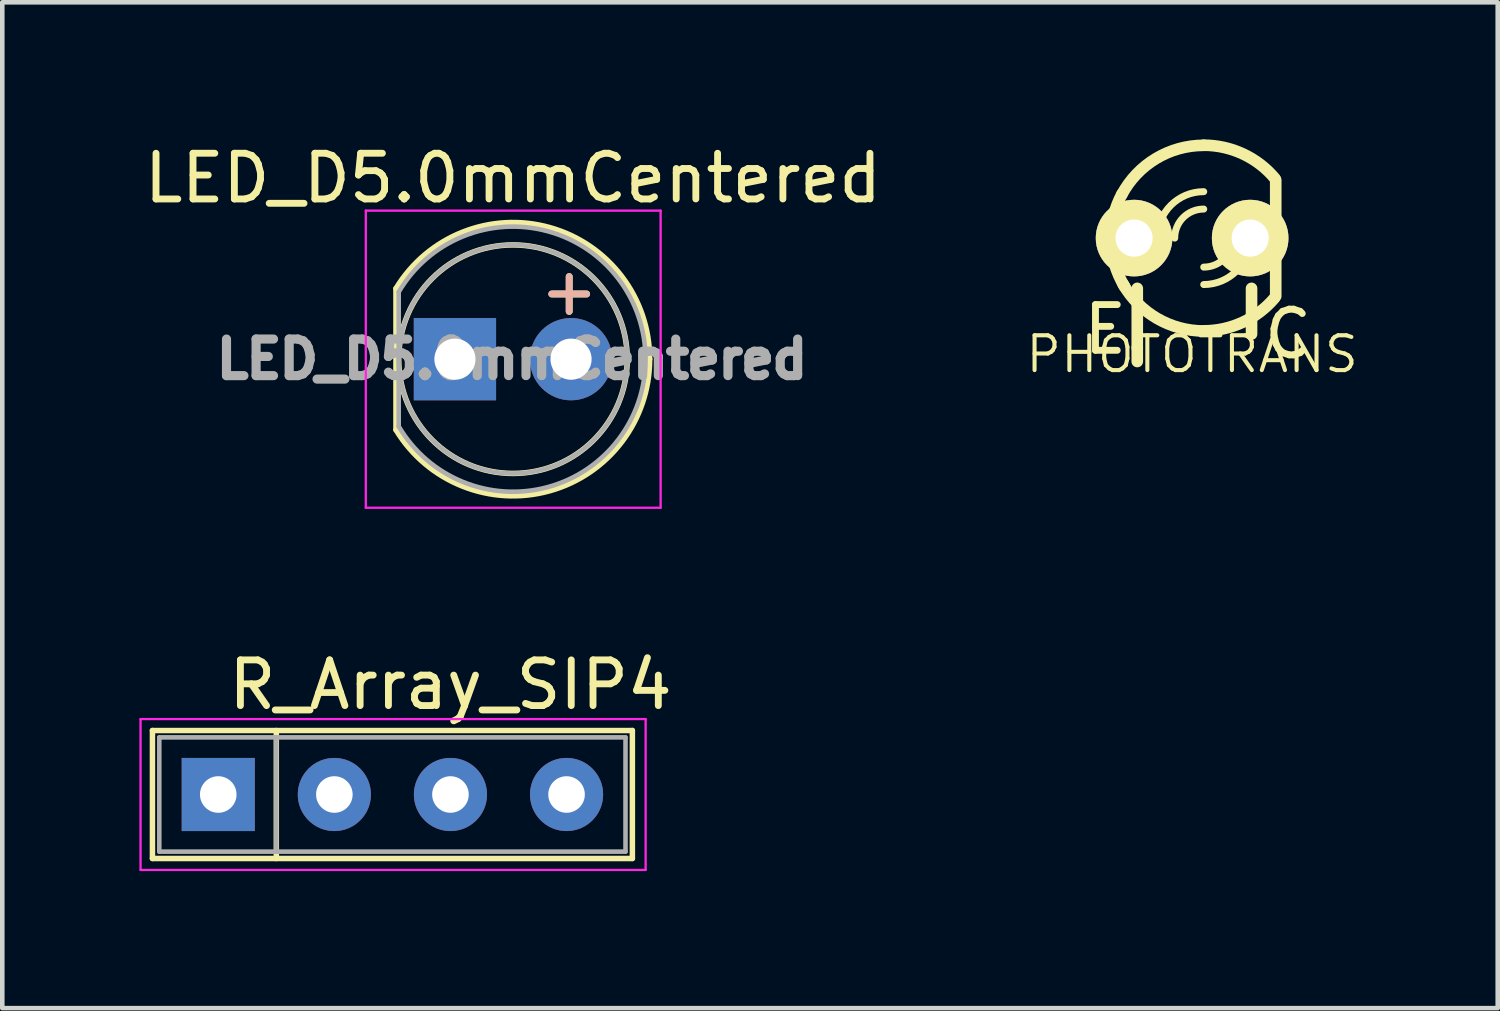
<source format=kicad_pcb>
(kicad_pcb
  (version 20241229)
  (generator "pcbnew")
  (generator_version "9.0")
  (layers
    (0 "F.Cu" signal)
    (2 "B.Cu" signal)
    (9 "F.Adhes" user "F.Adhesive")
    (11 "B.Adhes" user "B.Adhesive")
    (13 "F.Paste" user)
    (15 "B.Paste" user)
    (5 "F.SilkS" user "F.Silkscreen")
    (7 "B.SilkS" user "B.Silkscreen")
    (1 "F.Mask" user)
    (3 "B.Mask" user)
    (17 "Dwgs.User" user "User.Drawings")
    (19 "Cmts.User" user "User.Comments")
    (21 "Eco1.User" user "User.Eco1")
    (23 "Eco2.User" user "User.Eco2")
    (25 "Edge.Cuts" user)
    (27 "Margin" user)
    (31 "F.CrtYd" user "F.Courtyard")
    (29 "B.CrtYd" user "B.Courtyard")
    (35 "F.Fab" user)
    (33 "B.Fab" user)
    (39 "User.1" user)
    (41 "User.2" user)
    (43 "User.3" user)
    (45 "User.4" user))
  (footprint "LED_D5.0mmCentered"
    (layer "F.Cu")
    (at 6.903 4.808)
    (property "Reference" "LED_D5.0mmCentered" (at 1.27 -3.96 0) (layer "F.SilkS") (effects (font (size 1 1) (thickness 0.15))))
    (attr through_hole)
    (fp_line (start -1.29 -1.545) (end -1.29 1.545) (stroke (width 0.12) (type solid)) (layer "F.SilkS"))
    (fp_arc (start -1.29 -1.54483) (mid 2.072002 -2.880433) (end 4.26 0.000462) (stroke (width 0.12) (type solid)) (layer "F.SilkS"))
    (fp_arc (start 4.26 -0.000462) (mid 2.072002 2.880433) (end -1.29 1.54483) (stroke (width 0.12) (type solid)) (layer "F.SilkS"))
    (fp_circle (center 1.27 0) (end 3.77 0) (stroke (width 0.12) (type solid)) (fill no) (layer "F.SilkS"))
    (fp_line (start -1.95 -3.25) (end -1.95 3.25) (stroke (width 0.05) (type solid)) (layer "F.CrtYd"))
    (fp_line (start -1.95 3.25) (end 4.5 3.25) (stroke (width 0.05) (type solid)) (layer "F.CrtYd"))
    (fp_line (start 4.5 -3.25) (end -1.95 -3.25) (stroke (width 0.05) (type solid)) (layer "F.CrtYd"))
    (fp_line (start 4.5 3.25) (end 4.5 -3.25) (stroke (width 0.05) (type solid)) (layer "F.CrtYd"))
    (fp_line (start -1.23 -1.47) (end -1.23 1.47) (stroke (width 0.1) (type solid)) (layer "F.Fab"))
    (fp_arc (start -1.23 -1.469694) (mid 4.17 0.000016) (end -1.230016 1.469666) (stroke (width 0.1) (type solid)) (layer "F.Fab"))
    (fp_circle (center 1.27 0) (end 3.77 0) (stroke (width 0.1) (type solid)) (fill no) (layer "F.Fab"))
    (fp_text user "+" (at 2.5 -1.5 0) (layer "F.SilkS") (effects (font (size 1 1) (thickness 0.15))))
    (fp_text user "+" (at 2.5 -1.5 0) (layer "B.SilkS") (effects (font (size 1 1) (thickness 0.15)) (justify mirror)))
    (fp_text user "${REFERENCE}" (at 1.25 0 0) (layer "F.Fab") (effects (font (size 0.8 0.8) (thickness 0.2))))
    (pad "1" thru_hole rect (at 0 0) (size 1.8 1.8) (drill 0.9) (layers "*.Cu" "*.Mask"))
    (pad "2" thru_hole circle (at 2.54 0) (size 1.8 1.8) (drill 0.9) (layers "*.Cu" "*.Mask")))
  (footprint "PHOTOTRANS"
    (layer "F.Cu")
    (at 23.031 2.159)
    (property "Reference" "PHOTOTRANS" (at 0 2.54 180) (layer "F.SilkS") (effects (font (size 0.762 0.762) (thickness 0.089))))
    (attr through_hole)
    (fp_line (start -1.2 1.1) (end -1.2 2.4) (stroke (width 0.254) (type solid)) (layer "F.SilkS"))
    (fp_line (start -1.2 2.4) (end -1.2 2.7) (stroke (width 0.254) (type solid)) (layer "F.SilkS"))
    (fp_line (start 1.3 1.1) (end 1.3 2.1) (stroke (width 0.254) (type solid)) (layer "F.SilkS"))
    (fp_line (start 1.829 1.27) (end 1.829 -1.27) (stroke (width 0.254) (type solid)) (layer "F.SilkS"))
    (fp_arc (start -1.778 0) (mid -1.716347 -0.496745) (end -1.53513 -0.963347) (stroke (width 0.254) (type solid)) (layer "F.SilkS"))
    (fp_arc (start -1.5367 -0.95504) (mid -0.790567 -1.739997) (end 0.253025 -2.02946) (stroke (width 0.254) (type solid)) (layer "F.SilkS"))
    (fp_arc (start -1.47574 1.06426) (mid -1.700164 0.553076) (end -1.776923 0.0001) (stroke (width 0.254) (type solid)) (layer "F.SilkS"))
    (fp_arc (start -0.762 0) (mid -0.46442 -0.71842) (end 0.254 -1.016) (stroke (width 0.1524) (type solid)) (layer "F.SilkS"))
    (fp_arc (start -0.381 0) (mid -0.195013 -0.449013) (end 0.254 -0.635) (stroke (width 0.1524) (type solid)) (layer "F.SilkS"))
    (fp_arc (start 0.254 -2.032) (mid 1.114367 -1.840867) (end 1.81288 -1.303426) (stroke (width 0.254) (type solid)) (layer "F.SilkS"))
    (fp_arc (start 0.254 2.032) (mid -0.76507 1.757988) (end -1.509299 1.009851) (stroke (width 0.254) (type solid)) (layer "F.SilkS"))
    (fp_arc (start 0.889 0) (mid 0.703013 0.449013) (end 0.254 0.635) (stroke (width 0.1524) (type solid)) (layer "F.SilkS"))
    (fp_arc (start 1.27 0) (mid 0.97242 0.71842) (end 0.254 1.016) (stroke (width 0.1524) (type solid)) (layer "F.SilkS"))
    (fp_arc (start 1.8034 1.31064) (mid 1.109154 1.840416) (end 0.256552 2.029387) (stroke (width 0.254) (type solid)) (layer "F.SilkS"))
    (fp_text user "E" (at -1.9 2 0) (layer "F.SilkS") (effects (font (size 1 1) (thickness 0.15))))
    (fp_text user "C" (at 2.1 2.1 0) (layer "F.SilkS") (effects (font (size 1 1) (thickness 0.15))))
    (pad "1" thru_hole circle (at -1.27 0) (size 1.676 1.676) (drill 0.813) (layers "*.Cu" "*.Mask" "F.SilkS"))
    (pad "3" thru_hole circle (at 1.27 0 45) (size 1.676 1.676) (drill 0.813) (layers "*.Cu" "*.Mask" "F.SilkS")))
  (footprint "R_Array_SIP4"
    (layer "F.Cu")
    (at 1.725 14.332)
    (property "Reference" "R_Array_SIP4" (at 5.08 -2.4 0) (layer "F.SilkS") (effects (font (size 1 1) (thickness 0.15))))
    (attr through_hole)
    (fp_line (start -1.44 -1.4) (end -1.44 1.4) (stroke (width 0.12) (type solid)) (layer "F.SilkS"))
    (fp_line (start -1.44 1.4) (end 9.06 1.4) (stroke (width 0.12) (type solid)) (layer "F.SilkS"))
    (fp_line (start 1.27 -1.4) (end 1.27 1.4) (stroke (width 0.12) (type solid)) (layer "F.SilkS"))
    (fp_line (start 9.06 -1.4) (end -1.44 -1.4) (stroke (width 0.12) (type solid)) (layer "F.SilkS"))
    (fp_line (start 9.06 1.4) (end 9.06 -1.4) (stroke (width 0.12) (type solid)) (layer "F.SilkS"))
    (fp_line (start -1.7 -1.65) (end -1.7 1.65) (stroke (width 0.05) (type solid)) (layer "F.CrtYd"))
    (fp_line (start -1.7 1.65) (end 9.35 1.65) (stroke (width 0.05) (type solid)) (layer "F.CrtYd"))
    (fp_line (start 9.35 -1.65) (end -1.7 -1.65) (stroke (width 0.05) (type solid)) (layer "F.CrtYd"))
    (fp_line (start 9.35 1.65) (end 9.35 -1.65) (stroke (width 0.05) (type solid)) (layer "F.CrtYd"))
    (fp_line (start -1.29 -1.25) (end -1.29 1.25) (stroke (width 0.1) (type solid)) (layer "F.Fab"))
    (fp_line (start -1.29 1.25) (end 8.91 1.25) (stroke (width 0.1) (type solid)) (layer "F.Fab"))
    (fp_line (start 1.27 -1.25) (end 1.27 1.25) (stroke (width 0.1) (type solid)) (layer "F.Fab"))
    (fp_line (start 8.91 -1.25) (end -1.29 -1.25) (stroke (width 0.1) (type solid)) (layer "F.Fab"))
    (fp_line (start 8.91 1.25) (end 8.91 -1.25) (stroke (width 0.1) (type solid)) (layer "F.Fab"))
    (pad "1" thru_hole rect (at 0 0) (size 1.6 1.6) (drill 0.8) (layers "*.Cu" "*.Mask"))
    (pad "2" thru_hole oval (at 2.54 0) (size 1.6 1.6) (drill 0.8) (layers "*.Cu" "*.Mask"))
    (pad "3" thru_hole oval (at 5.08 0) (size 1.6 1.6) (drill 0.8) (layers "*.Cu" "*.Mask"))
    (pad "4" thru_hole oval (at 7.62 0) (size 1.6 1.6) (drill 0.8) (layers "*.Cu" "*.Mask")))
  (gr_rect
    (start -3 -3)
    (end 29.717 19.006)
    (stroke (width 0.1) (type default))
    (fill no)
    (layer "Edge.Cuts")))
</source>
